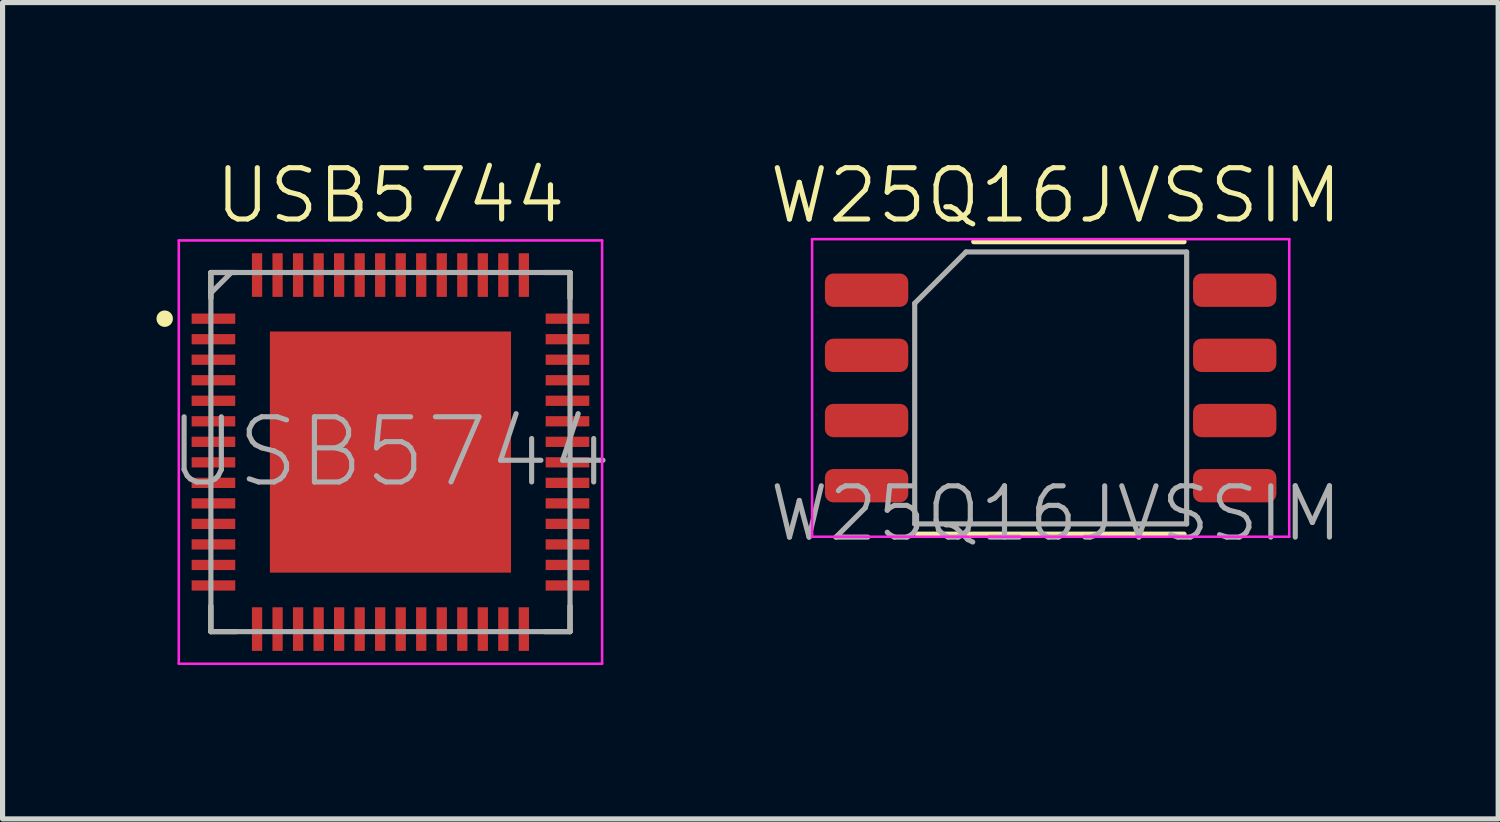
<source format=kicad_pcb>
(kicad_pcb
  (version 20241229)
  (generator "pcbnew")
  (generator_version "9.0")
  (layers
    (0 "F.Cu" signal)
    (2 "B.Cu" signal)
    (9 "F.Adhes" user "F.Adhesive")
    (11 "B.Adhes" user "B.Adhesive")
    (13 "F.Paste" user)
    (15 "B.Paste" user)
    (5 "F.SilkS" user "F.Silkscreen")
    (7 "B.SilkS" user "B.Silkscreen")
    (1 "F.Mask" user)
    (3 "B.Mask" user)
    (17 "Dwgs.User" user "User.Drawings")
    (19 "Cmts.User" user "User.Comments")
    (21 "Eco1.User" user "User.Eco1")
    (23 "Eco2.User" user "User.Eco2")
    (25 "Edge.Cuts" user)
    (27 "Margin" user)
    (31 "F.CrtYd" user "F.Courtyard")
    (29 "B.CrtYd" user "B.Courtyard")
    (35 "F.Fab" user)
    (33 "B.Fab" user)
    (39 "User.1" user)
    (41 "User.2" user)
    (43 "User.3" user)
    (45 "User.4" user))
  (footprint "W25Q16JVSSIM"
    (layer "F.Cu")
    (at 17.528 4.511)
    (property "Reference" "W25Q16JVSSIM" (at 0 -3.75 0) (unlocked yes) (layer "F.SilkS") (effects (font (size 1 1) (thickness 0.1))))
    (attr smd)
    (fp_line (start -2.7 2.85) (end 2.5 2.85) (stroke (width 0.1) (type default)) (layer "F.SilkS"))
    (fp_line (start -1.6 -2.85) (end 2.5 -2.85) (stroke (width 0.1) (type default)) (layer "F.SilkS"))
    (fp_line (start -4.75 -2.9) (end -4.75 2.9) (stroke (width 0.05) (type solid)) (layer "F.CrtYd"))
    (fp_line (start -4.75 2.9) (end 4.55 2.9) (stroke (width 0.05) (type solid)) (layer "F.CrtYd"))
    (fp_line (start 4.55 -2.9) (end -4.75 -2.9) (stroke (width 0.05) (type solid)) (layer "F.CrtYd"))
    (fp_line (start 4.55 2.9) (end 4.55 -2.9) (stroke (width 0.05) (type solid)) (layer "F.CrtYd"))
    (fp_line (start -2.75 -1.65) (end -1.75 -2.65) (stroke (width 0.1) (type solid)) (layer "F.Fab"))
    (fp_line (start -2.75 2.65) (end -2.75 -1.65) (stroke (width 0.1) (type solid)) (layer "F.Fab"))
    (fp_line (start -1.75 -2.65) (end 2.55 -2.65) (stroke (width 0.1) (type solid)) (layer "F.Fab"))
    (fp_line (start 2.55 -2.65) (end 2.55 2.65) (stroke (width 0.1) (type solid)) (layer "F.Fab"))
    (fp_line (start 2.55 2.65) (end -2.75 2.65) (stroke (width 0.1) (type solid)) (layer "F.Fab"))
    (fp_text user "${REFERENCE}" (at 0 2.45 0) (unlocked yes) (layer "F.Fab") (effects (font (size 1 1) (thickness 0.1))))
    (pad "1" smd roundrect (at -3.688 -1.905) (size 1.625 0.65) (layers "F.Cu" "F.Mask" "F.Paste") (roundrect_rratio 0.25))
    (pad "2" smd roundrect (at -3.688 -0.635) (size 1.625 0.65) (layers "F.Cu" "F.Mask" "F.Paste") (roundrect_rratio 0.25))
    (pad "3" smd roundrect (at -3.688 0.635) (size 1.625 0.65) (layers "F.Cu" "F.Mask" "F.Paste") (roundrect_rratio 0.25))
    (pad "4" smd roundrect (at -3.688 1.905) (size 1.625 0.65) (layers "F.Cu" "F.Mask" "F.Paste") (roundrect_rratio 0.25))
    (pad "5" smd roundrect (at 3.487 1.905) (size 1.625 0.65) (layers "F.Cu" "F.Mask" "F.Paste") (roundrect_rratio 0.25))
    (pad "6" smd roundrect (at 3.487 0.635) (size 1.625 0.65) (layers "F.Cu" "F.Mask" "F.Paste") (roundrect_rratio 0.25))
    (pad "7" smd roundrect (at 3.487 -0.635) (size 1.625 0.65) (layers "F.Cu" "F.Mask" "F.Paste") (roundrect_rratio 0.25))
    (pad "8" smd roundrect (at 3.487 -1.905) (size 1.625 0.65) (layers "F.Cu" "F.Mask" "F.Paste") (roundrect_rratio 0.25)))
  (footprint "USB5744"
    (layer "F.Cu")
    (at 4.56 5.761)
    (property "Reference" "USB5744" (at 0 -5 0) (layer "F.SilkS") (effects (font (size 1 1) (thickness 0.1))))
    (attr smd)
    (fp_line (start -3.5 3.5) (end -3.5 3) (stroke (width 0.1) (type default)) (layer "F.SilkS"))
    (fp_line (start -3 3.5) (end -3.5 3.5) (stroke (width 0.1) (type default)) (layer "F.SilkS"))
    (fp_line (start 3.5 -3.5) (end 3 -3.5) (stroke (width 0.1) (type default)) (layer "F.SilkS"))
    (fp_line (start 3.5 -3) (end 3.5 -3.5) (stroke (width 0.1) (type default)) (layer "F.SilkS"))
    (fp_line (start 3.5 3) (end 3.5 3.5) (stroke (width 0.1) (type default)) (layer "F.SilkS"))
    (fp_line (start 3.5 3.5) (end 3 3.5) (stroke (width 0.1) (type default)) (layer "F.SilkS"))
    (fp_rect (start -3.5 -3.5) (end -3.5 -3) (stroke (width 0.1) (type default)) (fill no) (layer "F.SilkS"))
    (fp_rect (start -3.5 -3.5) (end -3 -3.5) (stroke (width 0.1) (type default)) (fill no) (layer "F.SilkS"))
    (fp_circle (center -4.4 -2.6) (end -4.3 -2.6) (stroke (width 0.12) (type solid)) (fill yes) (layer "F.SilkS"))
    (fp_rect (start -2 -2) (end -0.25 -0.25) (stroke (width 0.1) (type default)) (fill yes) (layer "F.Paste"))
    (fp_rect (start -2 0.25) (end -0.25 2) (stroke (width 0.1) (type default)) (fill yes) (layer "F.Paste"))
    (fp_rect (start 0.25 -2) (end 2 -0.25) (stroke (width 0.1) (type default)) (fill yes) (layer "F.Paste"))
    (fp_rect (start 0.25 0.25) (end 2 2) (stroke (width 0.1) (type default)) (fill yes) (layer "F.Paste"))
    (fp_line (start -4.125 -4.125) (end 4.125 -4.125) (stroke (width 0.05) (type solid)) (layer "F.CrtYd"))
    (fp_line (start -4.125 4.125) (end -4.125 -4.125) (stroke (width 0.05) (type solid)) (layer "F.CrtYd"))
    (fp_line (start 4.125 -4.125) (end 4.125 4.125) (stroke (width 0.05) (type solid)) (layer "F.CrtYd"))
    (fp_line (start 4.125 4.125) (end -4.125 4.125) (stroke (width 0.05) (type solid)) (layer "F.CrtYd"))
    (fp_line (start -3.5 -3.5) (end 3.5 -3.5) (stroke (width 0.1) (type solid)) (layer "F.Fab"))
    (fp_line (start -3.5 -3.1) (end -3.1 -3.5) (stroke (width 0.1) (type solid)) (layer "F.Fab"))
    (fp_line (start -3.5 3.5) (end -3.5 -3.5) (stroke (width 0.1) (type solid)) (layer "F.Fab"))
    (fp_line (start 3.5 -3.5) (end 3.5 3.5) (stroke (width 0.1) (type solid)) (layer "F.Fab"))
    (fp_line (start 3.5 3.5) (end -3.5 3.5) (stroke (width 0.1) (type solid)) (layer "F.Fab"))
    (fp_text user "${REFERENCE}" (at 0 0 0) (layer "F.Fab") (effects (font (size 1.27 1.27) (thickness 0.1))))
    (pad "1" smd rect (at -3.45 -2.6 90) (size 0.2 0.85) (layers "F.Cu" "F.Mask" "F.Paste"))
    (pad "2" smd rect (at -3.45 -2.2 90) (size 0.2 0.85) (layers "F.Cu" "F.Mask" "F.Paste"))
    (pad "3" smd rect (at -3.45 -1.8 90) (size 0.2 0.85) (layers "F.Cu" "F.Mask" "F.Paste"))
    (pad "4" smd rect (at -3.45 -1.4 90) (size 0.2 0.85) (layers "F.Cu" "F.Mask" "F.Paste"))
    (pad "5" smd rect (at -3.45 -1 90) (size 0.2 0.85) (layers "F.Cu" "F.Mask" "F.Paste"))
    (pad "6" smd rect (at -3.45 -0.6 90) (size 0.2 0.85) (layers "F.Cu" "F.Mask" "F.Paste"))
    (pad "7" smd rect (at -3.45 -0.2 90) (size 0.2 0.85) (layers "F.Cu" "F.Mask" "F.Paste"))
    (pad "8" smd rect (at -3.45 0.2 90) (size 0.2 0.85) (layers "F.Cu" "F.Mask" "F.Paste"))
    (pad "9" smd rect (at -3.45 0.6 90) (size 0.2 0.85) (layers "F.Cu" "F.Mask" "F.Paste"))
    (pad "10" smd rect (at -3.45 1 90) (size 0.2 0.85) (layers "F.Cu" "F.Mask" "F.Paste"))
    (pad "11" smd rect (at -3.45 1.4 90) (size 0.2 0.85) (layers "F.Cu" "F.Mask" "F.Paste"))
    (pad "12" smd rect (at -3.45 1.8 90) (size 0.2 0.85) (layers "F.Cu" "F.Mask" "F.Paste"))
    (pad "13" smd rect (at -3.45 2.2 90) (size 0.2 0.85) (layers "F.Cu" "F.Mask" "F.Paste"))
    (pad "14" smd rect (at -3.45 2.6 90) (size 0.2 0.85) (layers "F.Cu" "F.Mask" "F.Paste"))
    (pad "15" smd rect (at -2.6 3.45) (size 0.2 0.85) (layers "F.Cu" "F.Mask" "F.Paste"))
    (pad "16" smd rect (at -2.2 3.45) (size 0.2 0.85) (layers "F.Cu" "F.Mask" "F.Paste"))
    (pad "17" smd rect (at -1.8 3.45) (size 0.2 0.85) (layers "F.Cu" "F.Mask" "F.Paste"))
    (pad "18" smd rect (at -1.4 3.45) (size 0.2 0.85) (layers "F.Cu" "F.Mask" "F.Paste"))
    (pad "19" smd rect (at -1 3.45) (size 0.2 0.85) (layers "F.Cu" "F.Mask" "F.Paste"))
    (pad "20" smd rect (at -0.6 3.45) (size 0.2 0.85) (layers "F.Cu" "F.Mask" "F.Paste"))
    (pad "21" smd rect (at -0.2 3.45) (size 0.2 0.85) (layers "F.Cu" "F.Mask" "F.Paste"))
    (pad "22" smd rect (at 0.2 3.45) (size 0.2 0.85) (layers "F.Cu" "F.Mask" "F.Paste"))
    (pad "23" smd rect (at 0.6 3.45) (size 0.2 0.85) (layers "F.Cu" "F.Mask" "F.Paste"))
    (pad "24" smd rect (at 1 3.45) (size 0.2 0.85) (layers "F.Cu" "F.Mask" "F.Paste"))
    (pad "25" smd rect (at 1.4 3.45) (size 0.2 0.85) (layers "F.Cu" "F.Mask" "F.Paste"))
    (pad "26" smd rect (at 1.8 3.45) (size 0.2 0.85) (layers "F.Cu" "F.Mask" "F.Paste"))
    (pad "27" smd rect (at 2.2 3.45) (size 0.2 0.85) (layers "F.Cu" "F.Mask" "F.Paste"))
    (pad "28" smd rect (at 2.6 3.45) (size 0.2 0.85) (layers "F.Cu" "F.Mask" "F.Paste"))
    (pad "29" smd rect (at 3.45 2.6 90) (size 0.2 0.85) (layers "F.Cu" "F.Mask" "F.Paste"))
    (pad "30" smd rect (at 3.45 2.2 90) (size 0.2 0.85) (layers "F.Cu" "F.Mask" "F.Paste"))
    (pad "31" smd rect (at 3.45 1.8 90) (size 0.2 0.85) (layers "F.Cu" "F.Mask" "F.Paste"))
    (pad "32" smd rect (at 3.45 1.4 90) (size 0.2 0.85) (layers "F.Cu" "F.Mask" "F.Paste"))
    (pad "33" smd rect (at 3.45 1 90) (size 0.2 0.85) (layers "F.Cu" "F.Mask" "F.Paste"))
    (pad "34" smd rect (at 3.45 0.6 90) (size 0.2 0.85) (layers "F.Cu" "F.Mask" "F.Paste"))
    (pad "35" smd rect (at 3.45 0.2 90) (size 0.2 0.85) (layers "F.Cu" "F.Mask" "F.Paste"))
    (pad "36" smd rect (at 3.45 -0.2 90) (size 0.2 0.85) (layers "F.Cu" "F.Mask" "F.Paste"))
    (pad "37" smd rect (at 3.45 -0.6 90) (size 0.2 0.85) (layers "F.Cu" "F.Mask" "F.Paste"))
    (pad "38" smd rect (at 3.45 -1 90) (size 0.2 0.85) (layers "F.Cu" "F.Mask" "F.Paste"))
    (pad "39" smd rect (at 3.45 -1.4 90) (size 0.2 0.85) (layers "F.Cu" "F.Mask" "F.Paste"))
    (pad "40" smd rect (at 3.45 -1.8 90) (size 0.2 0.85) (layers "F.Cu" "F.Mask" "F.Paste"))
    (pad "41" smd rect (at 3.45 -2.2 90) (size 0.2 0.85) (layers "F.Cu" "F.Mask" "F.Paste"))
    (pad "42" smd rect (at 3.45 -2.6 90) (size 0.2 0.85) (layers "F.Cu" "F.Mask" "F.Paste"))
    (pad "43" smd rect (at 2.6 -3.45) (size 0.2 0.85) (layers "F.Cu" "F.Mask" "F.Paste"))
    (pad "44" smd rect (at 2.2 -3.45) (size 0.2 0.85) (layers "F.Cu" "F.Mask" "F.Paste"))
    (pad "45" smd rect (at 1.8 -3.45) (size 0.2 0.85) (layers "F.Cu" "F.Mask" "F.Paste"))
    (pad "46" smd rect (at 1.4 -3.45) (size 0.2 0.85) (layers "F.Cu" "F.Mask" "F.Paste"))
    (pad "47" smd rect (at 1 -3.45) (size 0.2 0.85) (layers "F.Cu" "F.Mask" "F.Paste"))
    (pad "48" smd rect (at 0.6 -3.45) (size 0.2 0.85) (layers "F.Cu" "F.Mask" "F.Paste"))
    (pad "49" smd rect (at 0.2 -3.45) (size 0.2 0.85) (layers "F.Cu" "F.Mask" "F.Paste"))
    (pad "50" smd rect (at -0.2 -3.45) (size 0.2 0.85) (layers "F.Cu" "F.Mask" "F.Paste"))
    (pad "51" smd rect (at -0.6 -3.45) (size 0.2 0.85) (layers "F.Cu" "F.Mask" "F.Paste"))
    (pad "52" smd rect (at -1 -3.45) (size 0.2 0.85) (layers "F.Cu" "F.Mask" "F.Paste"))
    (pad "53" smd rect (at -1.4 -3.45) (size 0.2 0.85) (layers "F.Cu" "F.Mask" "F.Paste"))
    (pad "54" smd rect (at -1.8 -3.45) (size 0.2 0.85) (layers "F.Cu" "F.Mask" "F.Paste"))
    (pad "55" smd rect (at -2.2 -3.45) (size 0.2 0.85) (layers "F.Cu" "F.Mask" "F.Paste"))
    (pad "56" smd rect (at -2.6 -3.45) (size 0.2 0.85) (layers "F.Cu" "F.Mask" "F.Paste"))
    (pad "57" smd rect (at 0 0) (size 4.7 4.7) (layers "F.Cu" "F.Mask")))
  (gr_rect
    (start -3 -3)
    (end 26.15 12.911)
    (stroke (width 0.1) (type default))
    (fill no)
    (layer "Edge.Cuts")))
</source>
